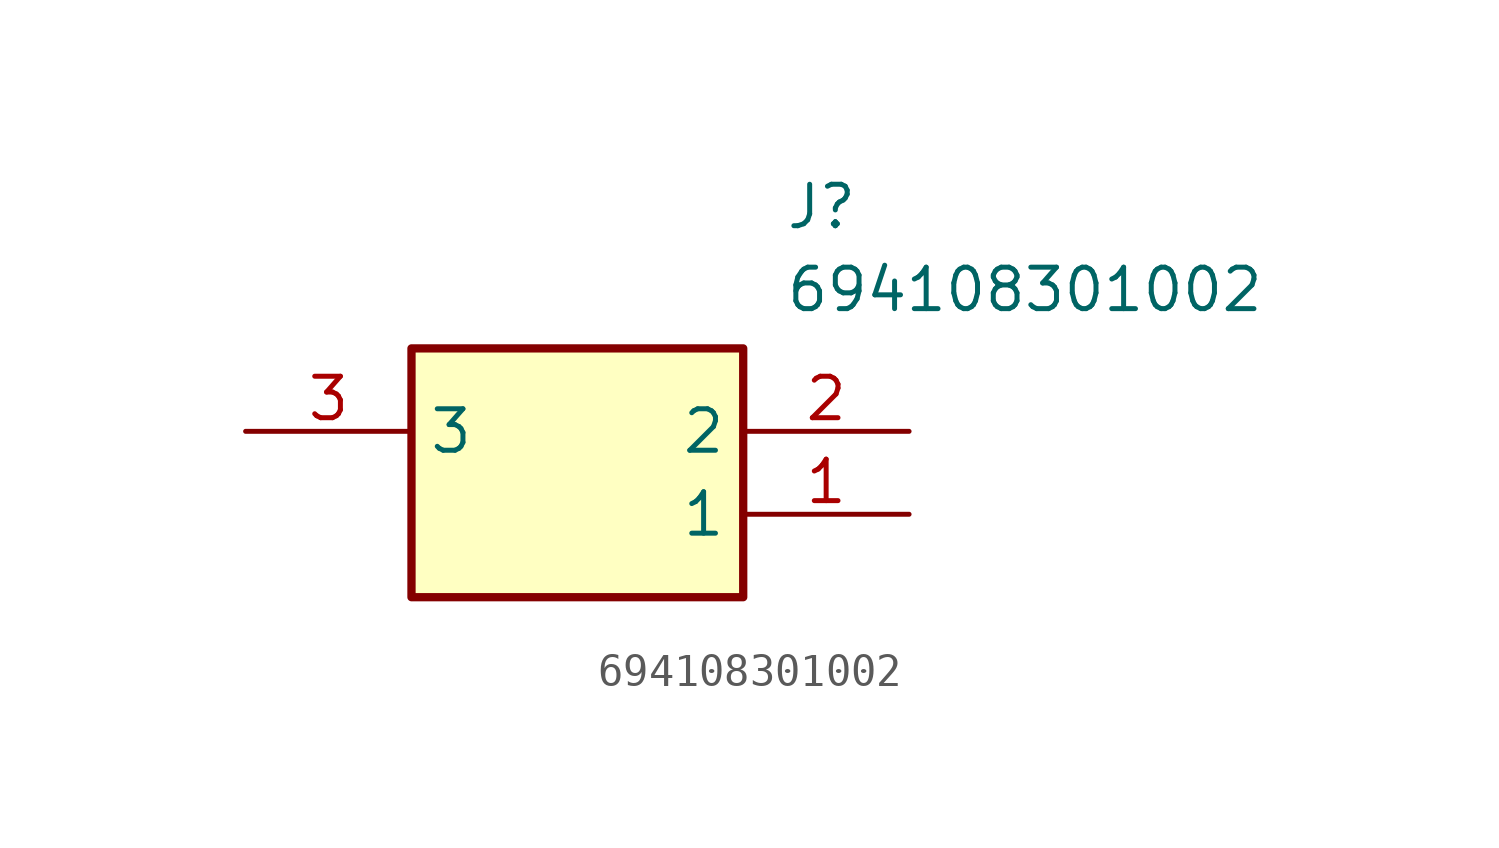
<source format=kicad_sym>
(kicad_symbol_lib
  (version 20241209)
  (generator "kicad_symbol_editor")
  (generator_version "9.0")
  (symbol "694108301002"
    (property "Reference" "J"
      (at 6.35 8.89 0)
      (effects (font (size 1.27 1.27)) (justify left top)))
    (property "Value" "694108301002"
      (at 6.35 6.35 0)
      (effects (font (size 1.27 1.27)) (justify left top)))
    (symbol "694108301002_1_1"
      (rectangle (start -5.08 3.81) (end 5.08 -3.81) (stroke (width 0.254) (type default)) (fill (type background)))
      (pin passive line (at -10.16 1.27 0) (length 5.08) (name "3" (effects (font (size 1.27 1.27)))) (number "3" (effects (font (size 1.27 1.27)))))
      (pin passive line (at 10.16 1.27 180) (length 5.08) (name "2" (effects (font (size 1.27 1.27)))) (number "2" (effects (font (size 1.27 1.27)))))
      (pin passive line (at 10.16 -1.27 180) (length 5.08) (name "1" (effects (font (size 1.27 1.27)))) (number "1" (effects (font (size 1.27 1.27))))))))
</source>
